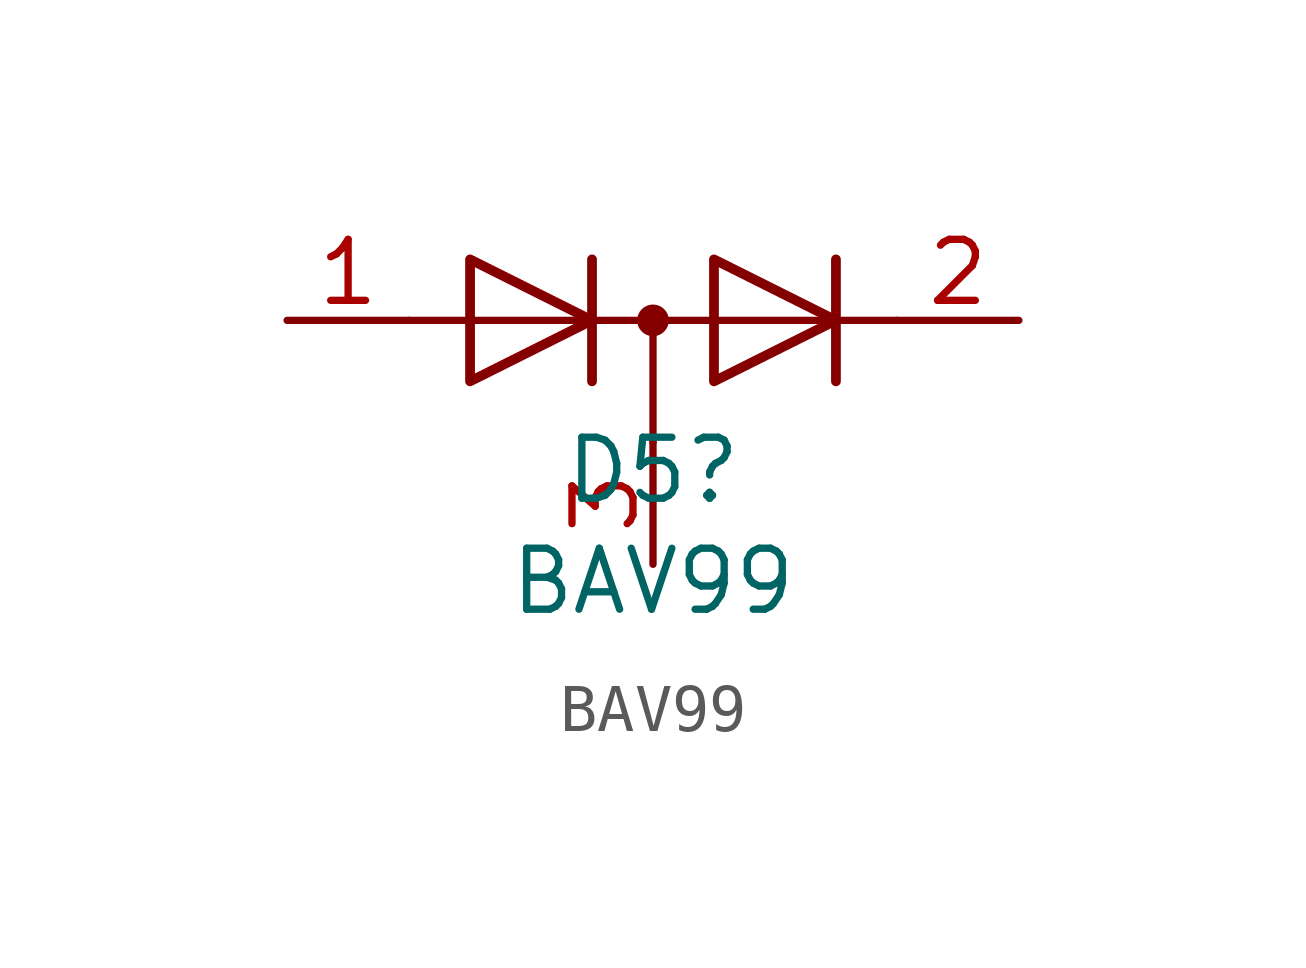
<source format=kicad_sym>
(kicad_symbol_lib
  (version 20211014)
  (generator kicad_symbol_editor)
  (symbol "BAV99"
    (pin_names hide)
    (property "Reference" "D5"
      (at 0 -3.124 0)
      (effects (font (size 1.27 1.27))))
    (property "Value" "BAV99"
      (at 0 -5.436 0)
      (effects (font (size 1.27 1.27))))
    (symbol "BAV99_0_1"
      (polyline (pts (xy -5.08 0) (xy 5.08 0)) (stroke (width 0) (type default) (color 0 0 0 0)) (fill (type none))))
    (symbol "BAV99_1_1"
      (polyline (pts (xy 0 0) (xy 0 -2.54)) (stroke (width 0) (type default) (color 0 0 0 0)) (fill (type none)))
      (polyline (pts (xy -1.27 -1.27) (xy -1.27 1.27) (xy -1.27 1.27)) (stroke (width 0.203) (type default) (color 0 0 0 0)) (fill (type none)))
      (polyline (pts (xy 3.81 1.27) (xy 3.81 -1.27) (xy 3.81 -1.27)) (stroke (width 0.203) (type default) (color 0 0 0 0)) (fill (type none)))
      (polyline (pts (xy -3.81 1.27) (xy -1.27 0) (xy -3.81 -1.27) (xy -3.81 1.27) (xy -3.81 1.27) (xy -3.81 1.27)) (stroke (width 0.203) (type default) (color 0 0 0 0)) (fill (type none)))
      (polyline (pts (xy 1.27 1.27) (xy 3.81 0) (xy 1.27 -1.27) (xy 1.27 1.27) (xy 1.27 1.27) (xy 1.27 1.27)) (stroke (width 0.203) (type default) (color 0 0 0 0)) (fill (type none)))
      (circle (center 0 0) (radius 0.254) (stroke (width 0) (type default) (color 0 0 0 0)) (fill (type outline)))
      (pin passive line (at -7.62 0 0) (length 2.54) (name "K" (effects (font (size 1.27 1.27)))) (number "1" (effects (font (size 1.27 1.27)))))
      (pin passive line (at 7.62 0 180) (length 2.54) (name "A" (effects (font (size 1.27 1.27)))) (number "2" (effects (font (size 1.27 1.27)))))
      (pin passive line (at 0 -5.08 90) (length 2.54) (name "K" (effects (font (size 1.27 1.27)))) (number "3" (effects (font (size 1.27 1.27))))))))
</source>
